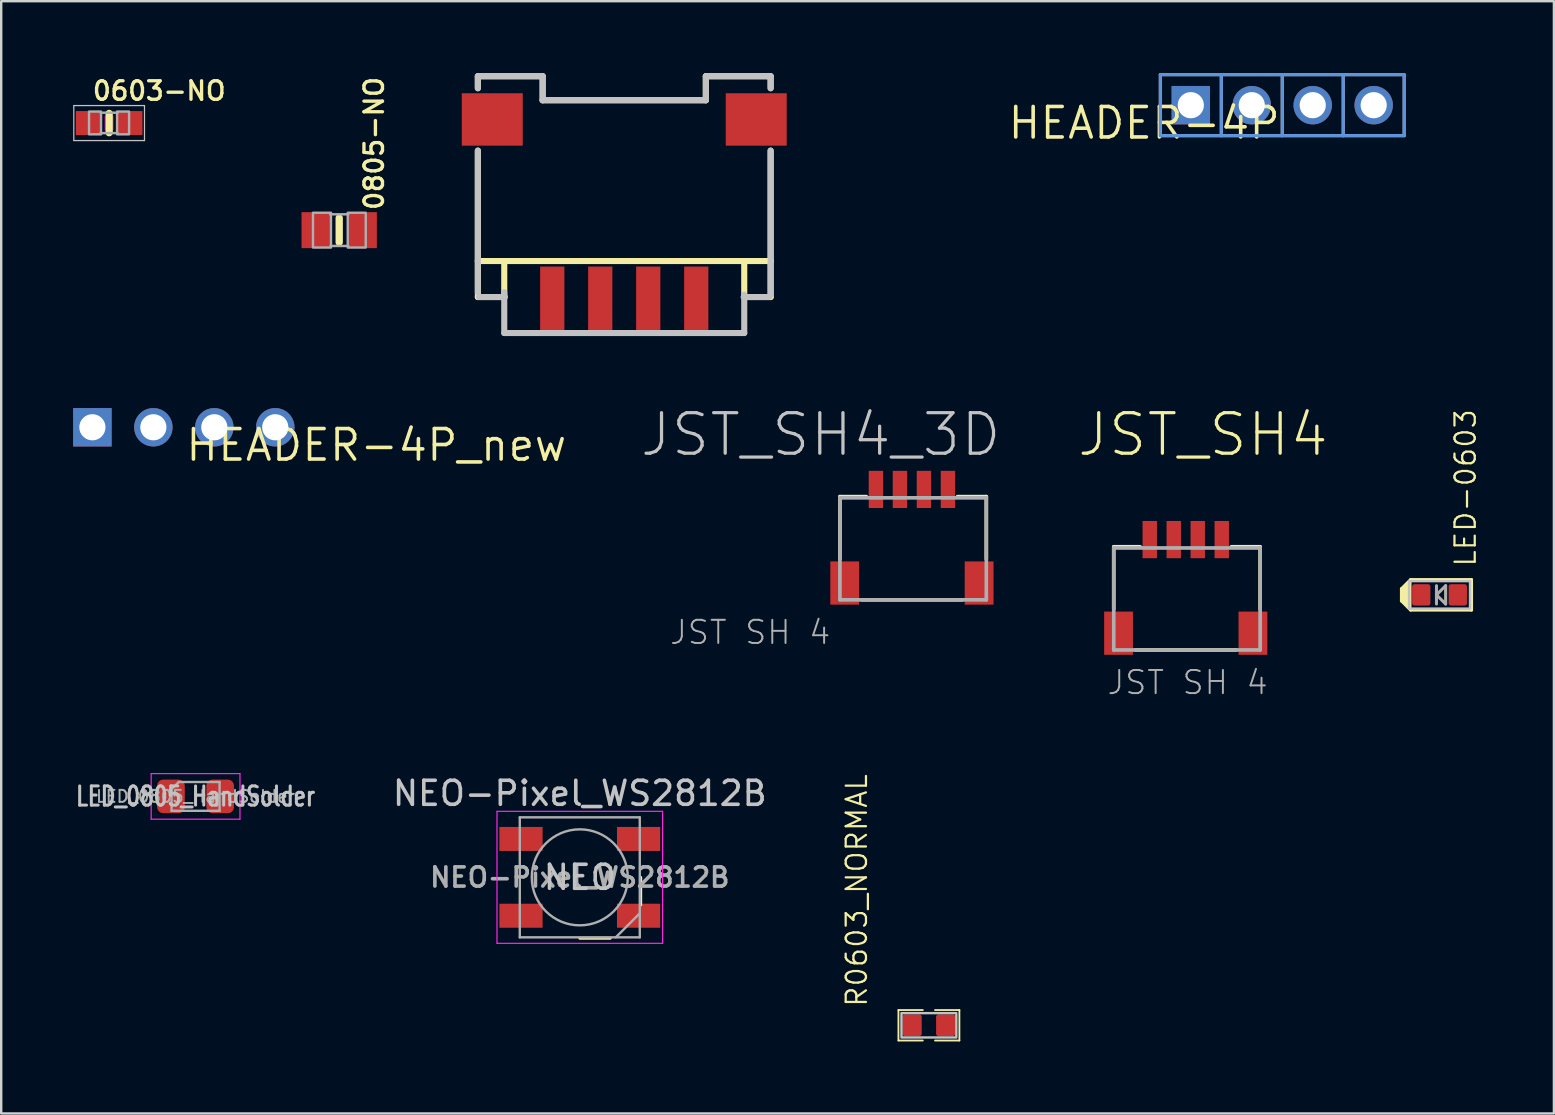
<source format=kicad_pcb>
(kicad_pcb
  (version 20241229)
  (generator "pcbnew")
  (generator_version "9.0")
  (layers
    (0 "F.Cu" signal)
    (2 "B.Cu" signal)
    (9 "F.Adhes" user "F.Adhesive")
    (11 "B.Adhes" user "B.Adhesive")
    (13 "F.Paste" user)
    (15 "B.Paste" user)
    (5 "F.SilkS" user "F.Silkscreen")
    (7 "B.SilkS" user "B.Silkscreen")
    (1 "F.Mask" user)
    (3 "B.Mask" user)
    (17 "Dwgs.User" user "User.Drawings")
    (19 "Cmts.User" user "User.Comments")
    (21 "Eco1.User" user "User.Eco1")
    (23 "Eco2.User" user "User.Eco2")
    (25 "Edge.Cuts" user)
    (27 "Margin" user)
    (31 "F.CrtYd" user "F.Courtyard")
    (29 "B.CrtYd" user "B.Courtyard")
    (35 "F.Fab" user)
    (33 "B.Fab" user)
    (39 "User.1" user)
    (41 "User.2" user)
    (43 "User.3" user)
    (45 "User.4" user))
  (footprint "0603-NO"
    (layer "F.Cu")
    (at 1.498 2.078)
    (property "Reference" "0603-NO" (at -0.762 -0.889 0) (layer "F.SilkS") (effects (font (size 0.772 0.772) (thickness 0.139)) (justify left bottom)))
    (attr through_hole)
    (fp_line (start 0 -0.4) (end 0 0.4) (stroke (width 0.305) (type solid)) (layer "F.SilkS"))
    (fp_poly (pts (xy -0.2 0.3) (xy 0.2 0.3) (xy 0.2 -0.3) (xy -0.2 -0.3)) (stroke (width 0) (type solid)) (fill yes) (layer "F.Adhes"))
    (fp_line (start -1.473 -0.729) (end 1.473 -0.729) (stroke (width 0.051) (type solid)) (layer "Dwgs.User"))
    (fp_line (start -1.473 0.729) (end -1.473 -0.729) (stroke (width 0.051) (type solid)) (layer "Dwgs.User"))
    (fp_line (start 1.473 -0.729) (end 1.473 0.729) (stroke (width 0.051) (type solid)) (layer "Dwgs.User"))
    (fp_line (start 1.473 0.729) (end -1.473 0.729) (stroke (width 0.051) (type solid)) (layer "Dwgs.User"))
    (fp_line (start -0.356 -0.432) (end 0.356 -0.432) (stroke (width 0.102) (type solid)) (layer "F.Fab"))
    (fp_line (start -0.356 0.419) (end 0.356 0.419) (stroke (width 0.102) (type solid)) (layer "F.Fab"))
    (fp_poly (pts (xy -0.838 0.47) (xy -0.338 0.47) (xy -0.338 -0.48) (xy -0.838 -0.48)) (stroke (width 0.1) (type solid)) (fill no) (layer "F.Fab"))
    (fp_poly (pts (xy 0.33 0.47) (xy 0.83 0.47) (xy 0.83 -0.48) (xy 0.33 -0.48)) (stroke (width 0.1) (type solid)) (fill no) (layer "F.Fab"))
    (pad "1" smd rect (at -0.85 0) (size 1.075 1) (layers "F.Cu" "F.Mask" "F.Paste"))
    (pad "2" smd rect (at 0.85 0) (size 1.075 1) (layers "F.Cu" "F.Mask" "F.Paste")))
  (footprint "LED_0805_HandSolder"
    (layer "F.Cu")
    (at 5.099 30.135)
    (property "Reference" "LED_0805_HandSolder" (at 0 0 0) (layer "Dwgs.User") (effects (font (size 0.8 0.6) (thickness 0.125))))
    (attr smd)
    (fp_line (start -1.85 -0.95) (end 1.85 -0.95) (stroke (width 0.05) (type solid)) (layer "F.CrtYd"))
    (fp_line (start -1.85 0.95) (end -1.85 -0.95) (stroke (width 0.05) (type solid)) (layer "F.CrtYd"))
    (fp_line (start 1.85 -0.95) (end 1.85 0.95) (stroke (width 0.05) (type solid)) (layer "F.CrtYd"))
    (fp_line (start 1.85 0.95) (end -1.85 0.95) (stroke (width 0.05) (type solid)) (layer "F.CrtYd"))
    (fp_line (start -1 -0.3) (end -1 0.6) (stroke (width 0.1) (type solid)) (layer "F.Fab"))
    (fp_line (start -1 0.6) (end 1 0.6) (stroke (width 0.1) (type solid)) (layer "F.Fab"))
    (fp_line (start -0.7 -0.6) (end -1 -0.3) (stroke (width 0.1) (type solid)) (layer "F.Fab"))
    (fp_line (start 1 -0.6) (end -0.7 -0.6) (stroke (width 0.1) (type solid)) (layer "F.Fab"))
    (fp_line (start 1 0.6) (end 1 -0.6) (stroke (width 0.1) (type solid)) (layer "F.Fab"))
    (fp_text user "${REFERENCE}" (at 0 0 0) (layer "F.Fab") (effects (font (size 0.5 0.5) (thickness 0.08))))
    (pad "1" smd roundrect (at -1.025 0) (size 1.15 1.4) (layers "F.Cu" "F.Mask" "F.Paste") (roundrect_rratio 0.217))
    (pad "2" smd roundrect (at 1.025 0) (size 1.15 1.4) (layers "F.Cu" "F.Mask" "F.Paste") (roundrect_rratio 0.217)))
  (footprint "HEADER-4P_new"
    (layer "F.Cu")
    (at 4.61 14.754)
    (property "Reference" "HEADER-4P_new" (at 0 0 180) (layer "F.SilkS") (effects (font (size 1.27 1.27) (thickness 0.15)) (justify left top)))
    (attr through_hole)
    (pad "1" thru_hole rect (at -3.81 0) (size 1.6 1.6) (drill 1.092) (layers "*.Cu" "*.Mask"))
    (pad "2" thru_hole circle (at -1.27 0) (size 1.6 1.6) (drill 1.092) (layers "*.Cu" "*.Mask"))
    (pad "3" thru_hole circle (at 1.27 0) (size 1.6 1.6) (drill 1.092) (layers "*.Cu" "*.Mask"))
    (pad "4" thru_hole circle (at 3.81 0) (size 1.6 1.6) (drill 1.092) (layers "*.Cu" "*.Mask")))
  (footprint "NEO-Pixel_WS2812B"
    (layer "F.Cu")
    (at 21.109 33.508)
    (property "Reference" "NEO-Pixel_WS2812B" (at 0 -3.5 180) (layer "Dwgs.User") (effects (font (size 1 1) (thickness 0.15))))
    (attr smd)
    (fp_line (start 0 2.54) (end 1.27 2.54) (stroke (width 0.12) (type solid)) (layer "F.SilkS"))
    (fp_line (start 2.54 1.15) (end 2.54 0) (stroke (width 0.12) (type solid)) (layer "F.SilkS"))
    (fp_line (start -3.45 -2.75) (end -3.45 2.75) (stroke (width 0.05) (type solid)) (layer "F.CrtYd"))
    (fp_line (start -3.45 2.75) (end 3.45 2.75) (stroke (width 0.05) (type solid)) (layer "F.CrtYd"))
    (fp_line (start 3.45 -2.75) (end -3.45 -2.75) (stroke (width 0.05) (type solid)) (layer "F.CrtYd"))
    (fp_line (start 3.45 2.75) (end 3.45 -2.75) (stroke (width 0.05) (type solid)) (layer "F.CrtYd"))
    (fp_line (start -2.5 -2.5) (end -2.5 2.5) (stroke (width 0.1) (type solid)) (layer "F.Fab"))
    (fp_line (start -2.5 2.5) (end 2.5 2.5) (stroke (width 0.1) (type solid)) (layer "F.Fab"))
    (fp_line (start 2.5 -2.5) (end -2.5 -2.5) (stroke (width 0.1) (type solid)) (layer "F.Fab"))
    (fp_line (start 2.5 1.5) (end 1.5 2.5) (stroke (width 0.1) (type solid)) (layer "F.Fab"))
    (fp_line (start 2.5 2.5) (end 2.5 -2.5) (stroke (width 0.1) (type solid)) (layer "F.Fab"))
    (fp_circle (center 0 0) (end 0 -2) (stroke (width 0.1) (type solid)) (fill no) (layer "F.Fab"))
    (fp_text user "NEO" (at 0 0 180) (layer "Dwgs.User") (effects (font (size 1 1) (thickness 0.15))))
    (fp_text user "${REFERENCE}" (at 0 0 180) (layer "F.Fab") (effects (font (size 0.8 0.8) (thickness 0.15))))
    (pad "1" smd rect (at -2.45 -1.6) (size 1.8 1) (layers "F.Cu" "F.Mask" "F.Paste"))
    (pad "2" smd rect (at -2.45 1.6) (size 1.8 1) (layers "F.Cu" "F.Mask" "F.Paste"))
    (pad "3" smd rect (at 2.45 1.6) (size 1.8 1) (layers "F.Cu" "F.Mask" "F.Paste"))
    (pad "4" smd rect (at 2.45 -1.6) (size 1.8 1) (layers "F.Cu" "F.Mask" "F.Paste")))
  (footprint "JST_SH4_3D"
    (layer "F.Cu")
    (at 34.949 19.858)
    (property "Reference" "JST_SH4_3D" (at 3.81 -3.81 180) (layer "Dwgs.User") (effects (font (size 1.689 1.689) (thickness 0.135)) (justify right bottom)))
    (attr through_hole)
    (fp_line (start -3 -2.214) (end -1.9 -2.214) (stroke (width 0.152) (type solid)) (layer "F.SilkS"))
    (fp_line (start -3 0.386) (end -3 -2.214) (stroke (width 0.152) (type solid)) (layer "F.SilkS"))
    (fp_line (start -2.1 2.086) (end 2.1 2.086) (stroke (width 0.152) (type solid)) (layer "F.SilkS"))
    (fp_line (start 1.9 -2.214) (end 3.1 -2.214) (stroke (width 0.152) (type solid)) (layer "F.SilkS"))
    (fp_line (start 3.1 -2.214) (end 3.1 0.386) (stroke (width 0.152) (type solid)) (layer "F.SilkS"))
    (fp_line (start -3 -2.164) (end 3.1 -2.164) (stroke (width 0.152) (type solid)) (layer "F.Fab"))
    (fp_line (start -3 2.086) (end -3 -2.164) (stroke (width 0.152) (type solid)) (layer "F.Fab"))
    (fp_line (start 3.1 -2.164) (end 3.1 2.086) (stroke (width 0.152) (type solid)) (layer "F.Fab"))
    (fp_line (start 3.1 2.086) (end -3 2.086) (stroke (width 0.152) (type solid)) (layer "F.Fab"))
    (fp_text user "JST SH 4" (at -3.33 4.006 180) (layer "F.Fab") (effects (font (size 0.965 0.965) (thickness 0.081)) (justify right bottom)))
    (pad "1" smd rect (at -1.5 -2.514 90) (size 1.55 0.6) (layers "F.Cu" "F.Mask" "F.Paste"))
    (pad "2" smd rect (at -0.5 -2.514 90) (size 1.55 0.6) (layers "F.Cu" "F.Mask" "F.Paste"))
    (pad "3" smd rect (at 0.5 -2.514 90) (size 1.55 0.6) (layers "F.Cu" "F.Mask" "F.Paste"))
    (pad "4" smd rect (at 1.5 -2.514 90) (size 1.55 0.6) (layers "F.Cu" "F.Mask" "F.Paste"))
    (pad "MT1" smd rect (at -2.8 1.386 90) (size 1.8 1.2) (layers "F.Cu" "F.Mask" "F.Paste"))
    (pad "MT2" smd rect (at 2.8 1.386 90) (size 1.8 1.2) (layers "F.Cu" "F.Mask" "F.Paste")))
  (footprint "HEADER-4P"
    (layer "F.Cu")
    (at 50.38 1.333)
    (property "Reference" "HEADER-4P" (at 0 0 0) (layer "F.SilkS") (effects (font (size 1.27 1.27) (thickness 0.15)) (justify right top)))
    (attr through_hole)
    (fp_line (start -5.08 -1.27) (end -5.08 1.27) (stroke (width 0.127) (type solid)) (layer "B.SilkS"))
    (fp_line (start -5.08 1.27) (end -2.54 1.27) (stroke (width 0.127) (type solid)) (layer "B.SilkS"))
    (fp_line (start -2.54 -1.27) (end -5.08 -1.27) (stroke (width 0.127) (type solid)) (layer "B.SilkS"))
    (fp_line (start -2.54 -1.27) (end -2.54 1.27) (stroke (width 0.127) (type solid)) (layer "B.SilkS"))
    (fp_line (start -2.54 1.27) (end 0 1.27) (stroke (width 0.127) (type solid)) (layer "B.SilkS"))
    (fp_line (start 0 -1.27) (end -2.54 -1.27) (stroke (width 0.127) (type solid)) (layer "B.SilkS"))
    (fp_line (start 0 -1.27) (end 0 1.27) (stroke (width 0.127) (type solid)) (layer "B.SilkS"))
    (fp_line (start 0 1.27) (end 2.54 1.27) (stroke (width 0.127) (type solid)) (layer "B.SilkS"))
    (fp_line (start 2.54 -1.27) (end 0 -1.27) (stroke (width 0.127) (type solid)) (layer "B.SilkS"))
    (fp_line (start 2.54 -1.27) (end 2.54 1.27) (stroke (width 0.127) (type solid)) (layer "B.SilkS"))
    (fp_line (start 2.54 1.27) (end 5.08 1.27) (stroke (width 0.127) (type solid)) (layer "B.SilkS"))
    (fp_line (start 5.08 -1.27) (end 2.54 -1.27) (stroke (width 0.127) (type solid)) (layer "B.SilkS"))
    (fp_line (start 5.08 1.27) (end 5.08 -1.27) (stroke (width 0.127) (type solid)) (layer "B.SilkS"))
    (fp_line (start -5.08 -1.27) (end -5.08 1.27) (stroke (width 0.127) (type solid)) (layer "Cmts.User"))
    (fp_line (start -5.08 1.27) (end -2.54 1.27) (stroke (width 0.127) (type solid)) (layer "Cmts.User"))
    (fp_line (start -2.54 -1.27) (end -5.08 -1.27) (stroke (width 0.127) (type solid)) (layer "Cmts.User"))
    (fp_line (start -2.54 -1.27) (end -2.54 1.27) (stroke (width 0.127) (type solid)) (layer "Cmts.User"))
    (fp_line (start -2.54 1.27) (end 0 1.27) (stroke (width 0.127) (type solid)) (layer "Cmts.User"))
    (fp_line (start 0 -1.27) (end -2.54 -1.27) (stroke (width 0.127) (type solid)) (layer "Cmts.User"))
    (fp_line (start 0 -1.27) (end 0 1.27) (stroke (width 0.127) (type solid)) (layer "Cmts.User"))
    (fp_line (start 0 1.27) (end 2.54 1.27) (stroke (width 0.127) (type solid)) (layer "Cmts.User"))
    (fp_line (start 2.54 -1.27) (end 0 -1.27) (stroke (width 0.127) (type solid)) (layer "Cmts.User"))
    (fp_line (start 2.54 -1.27) (end 2.54 1.27) (stroke (width 0.127) (type solid)) (layer "Cmts.User"))
    (fp_line (start 2.54 1.27) (end 5.08 1.27) (stroke (width 0.127) (type solid)) (layer "Cmts.User"))
    (fp_line (start 5.08 -1.27) (end 2.54 -1.27) (stroke (width 0.127) (type solid)) (layer "Cmts.User"))
    (fp_line (start 5.08 1.27) (end 5.08 -1.27) (stroke (width 0.127) (type solid)) (layer "Cmts.User"))
    (pad "P$1" thru_hole rect (at -3.81 0) (size 1.6 1.6) (drill 1.092) (layers "*.Cu" "*.Mask"))
    (pad "P$2" thru_hole circle (at -1.27 0) (size 1.6 1.6) (drill 1.092) (layers "*.Cu" "*.Mask"))
    (pad "P$3" thru_hole circle (at 1.27 0) (size 1.6 1.6) (drill 1.092) (layers "*.Cu" "*.Mask"))
    (pad "P$4" thru_hole circle (at 3.81 0) (size 1.6 1.6) (drill 1.092) (layers "*.Cu" "*.Mask")))
  (footprint "0805-NO"
    (layer "F.Cu")
    (at 11.084 6.54)
    (property "Reference" "0805-NO" (at 1.905 -0.762 270) (layer "F.SilkS") (effects (font (size 0.772 0.772) (thickness 0.139)) (justify left bottom)))
    (attr through_hole)
    (fp_line (start 0 -0.508) (end 0 0.508) (stroke (width 0.305) (type solid)) (layer "F.SilkS"))
    (fp_line (start -0.381 -0.66) (end 0.381 -0.66) (stroke (width 0.102) (type solid)) (layer "F.Fab"))
    (fp_line (start -0.356 0.66) (end 0.381 0.66) (stroke (width 0.102) (type solid)) (layer "F.Fab"))
    (fp_poly (pts (xy -1.092 0.724) (xy -0.342 0.724) (xy -0.342 -0.726) (xy -1.092 -0.726)) (stroke (width 0.1) (type solid)) (fill no) (layer "F.Fab"))
    (fp_poly (pts (xy 0.356 0.724) (xy 1.106 0.724) (xy 1.106 -0.726) (xy 0.356 -0.726)) (stroke (width 0.1) (type solid)) (fill no) (layer "F.Fab"))
    (pad "1" smd rect (at -0.95 0) (size 1.24 1.5) (layers "F.Cu" "F.Mask" "F.Paste"))
    (pad "2" smd rect (at 0.95 0) (size 1.24 1.5) (layers "F.Cu" "F.Mask" "F.Paste")))
  (footprint "R0603_NORMAL"
    (layer "F.Cu")
    (at 35.657 39.673)
    (property "Reference" "R0603_NORMAL" (at -2.515 -0.711 270) (layer "F.SilkS") (effects (font (size 0.845 0.845) (thickness 0.093)) (justify left bottom)))
    (attr through_hole)
    (fp_line (start -1.27 -0.635) (end -1.27 0.635) (stroke (width 0.076) (type solid)) (layer "F.SilkS"))
    (fp_line (start -1.27 0.635) (end -0.254 0.635) (stroke (width 0.076) (type solid)) (layer "F.SilkS"))
    (fp_line (start -0.254 -0.635) (end -1.27 -0.635) (stroke (width 0.076) (type solid)) (layer "F.SilkS"))
    (fp_line (start 0.254 0.635) (end 1.27 0.635) (stroke (width 0.076) (type solid)) (layer "F.SilkS"))
    (fp_line (start 1.27 -0.635) (end 0.254 -0.635) (stroke (width 0.076) (type solid)) (layer "F.SilkS"))
    (fp_line (start 1.27 0.635) (end 1.27 -0.635) (stroke (width 0.076) (type solid)) (layer "F.SilkS"))
    (fp_poly (pts (xy -1.143 0.508) (xy 1.143 0.508) (xy 1.143 -0.508) (xy -1.143 -0.508)) (stroke (width 0.1) (type solid)) (fill no) (layer "Dwgs.User"))
    (pad "1" smd roundrect (at 0.699 0 180) (size 0.8 0.902) (layers "F.Cu" "F.Mask" "F.Paste") (roundrect_rratio 0.125))
    (pad "2" smd roundrect (at -0.699 0 180) (size 0.8 0.902) (layers "F.Cu" "F.Mask" "F.Paste") (roundrect_rratio 0.125)))
  (footprint "LED-0603"
    (layer "F.Cu")
    (at 56.934 21.737)
    (property "Reference" "LED-0603" (at 1.575 -1.118 270) (layer "F.SilkS") (effects (font (size 0.845 0.845) (thickness 0.093)) (justify left bottom)))
    (attr through_hole)
    (fp_line (start -1.587 -0.254) (end -1.206 -0.635) (stroke (width 0.127) (type solid)) (layer "F.SilkS"))
    (fp_line (start -1.587 0.254) (end -1.587 -0.254) (stroke (width 0.127) (type solid)) (layer "F.SilkS"))
    (fp_line (start -1.206 -0.635) (end 1.333 -0.635) (stroke (width 0.127) (type solid)) (layer "F.SilkS"))
    (fp_line (start -1.206 0.635) (end -1.587 0.254) (stroke (width 0.127) (type solid)) (layer "F.SilkS"))
    (fp_line (start 1.333 -0.635) (end 1.333 0.635) (stroke (width 0.127) (type solid)) (layer "F.SilkS"))
    (fp_line (start 1.333 0.635) (end -1.206 0.635) (stroke (width 0.127) (type solid)) (layer "F.SilkS"))
    (fp_poly (pts (xy -1.168 -0.635) (xy -1.168 0.66) (xy -1.575 0.254) (xy -1.575 -0.254) (xy -1.168 -0.66)) (stroke (width 0) (type solid)) (fill yes) (layer "F.SilkS"))
    (fp_poly (pts (xy 1.27 -0.572) (xy -1.27 -0.572) (xy -1.27 0.572) (xy 1.27 0.572)) (stroke (width 0.1) (type solid)) (fill no) (layer "Dwgs.User"))
    (fp_line (start -0.127 0) (end -0.127 -0.381) (stroke (width 0.127) (type solid)) (layer "F.Fab"))
    (fp_line (start -0.127 0) (end -0.127 0.381) (stroke (width 0.127) (type solid)) (layer "F.Fab"))
    (fp_line (start -0.127 0) (end 0.254 -0.381) (stroke (width 0.127) (type solid)) (layer "F.Fab"))
    (fp_line (start 0.254 -0.381) (end 0.254 0.381) (stroke (width 0.127) (type solid)) (layer "F.Fab"))
    (fp_line (start 0.254 0.381) (end -0.127 0) (stroke (width 0.127) (type solid)) (layer "F.Fab"))
    (pad "+" smd roundrect (at 0.762 0 180) (size 0.762 0.889) (layers "F.Cu" "F.Mask" "F.Paste") (roundrect_rratio 0.125))
    (pad "-" smd roundrect (at -0.762 0 180) (size 0.762 0.889) (layers "F.Cu" "F.Mask" "F.Paste") (roundrect_rratio 0.125)))
  (footprint "GROVE_4P-2.0_SMD_HOR"
    (layer "F.Cu")
    (at 22.962 9.327)
    (property "Reference" "GROVE_4P-2.0_SMD_HOR" (at -1.725 -5.37 180) (layer "F.Mask") (effects (font (size 0.772 0.772) (thickness 0.077)) (justify left bottom)))
    (attr through_hole)
    (fp_line (start -6.1 -9.2) (end -6.1 -8.7) (stroke (width 0.254) (type solid)) (layer "F.SilkS"))
    (fp_line (start -6.1 -9.2) (end -3.4 -9.2) (stroke (width 0.254) (type solid)) (layer "F.SilkS"))
    (fp_line (start -6.1 -1.5) (end -6.1 -6.1) (stroke (width 0.254) (type solid)) (layer "F.SilkS"))
    (fp_line (start -6.1 -1.5) (end -6.1 0) (stroke (width 0.254) (type solid)) (layer "F.SilkS"))
    (fp_line (start -6.1 -1.5) (end -5 -1.5) (stroke (width 0.254) (type solid)) (layer "F.SilkS"))
    (fp_line (start -6.1 0) (end -5 0) (stroke (width 0.254) (type solid)) (layer "F.SilkS"))
    (fp_line (start -5 -1.5) (end 5 -1.5) (stroke (width 0.254) (type solid)) (layer "F.SilkS"))
    (fp_line (start -5 0) (end -5 -1.5) (stroke (width 0.254) (type solid)) (layer "F.SilkS"))
    (fp_line (start -3.4 -9.2) (end -3.4 -8.2) (stroke (width 0.254) (type solid)) (layer "F.SilkS"))
    (fp_line (start -3.4 -8.2) (end 3.4 -8.2) (stroke (width 0.254) (type solid)) (layer "F.SilkS"))
    (fp_line (start 3.4 -9.2) (end 6.1 -9.2) (stroke (width 0.254) (type solid)) (layer "F.SilkS"))
    (fp_line (start 3.4 -8.2) (end 3.4 -9.2) (stroke (width 0.254) (type solid)) (layer "F.SilkS"))
    (fp_line (start 5 -1.5) (end 5 0) (stroke (width 0.254) (type solid)) (layer "F.SilkS"))
    (fp_line (start 5 -1.5) (end 6.1 -1.5) (stroke (width 0.254) (type solid)) (layer "F.SilkS"))
    (fp_line (start 5 0) (end 6.1 0) (stroke (width 0.254) (type solid)) (layer "F.SilkS"))
    (fp_line (start 6.1 -9.2) (end 6.1 -8.7) (stroke (width 0.254) (type solid)) (layer "F.SilkS"))
    (fp_line (start 6.1 -1.5) (end 6.1 -6.1) (stroke (width 0.254) (type solid)) (layer "F.SilkS"))
    (fp_line (start 6.1 0) (end 6.1 -1.5) (stroke (width 0.254) (type solid)) (layer "F.SilkS"))
    (fp_line (start -6.1 -9.2) (end -6.1 -8.7) (stroke (width 0.254) (type solid)) (layer "Dwgs.User"))
    (fp_line (start -6.1 -6.1) (end -6.1 -0.2) (stroke (width 0.254) (type solid)) (layer "Dwgs.User"))
    (fp_line (start -6.053 0) (end -4.975 0) (stroke (width 0.254) (type solid)) (layer "Dwgs.User"))
    (fp_line (start -6 -9.2) (end -3.4 -9.2) (stroke (width 0.254) (type solid)) (layer "Dwgs.User"))
    (fp_line (start -5 1.5) (end -5 -0.2) (stroke (width 0.254) (type solid)) (layer "Dwgs.User"))
    (fp_line (start -3.4 -9.2) (end -3.4 -8.2) (stroke (width 0.254) (type solid)) (layer "Dwgs.User"))
    (fp_line (start -3.4 -8.2) (end 3.4 -8.2) (stroke (width 0.254) (type solid)) (layer "Dwgs.User"))
    (fp_line (start 3.4 -9.2) (end 6 -9.2) (stroke (width 0.254) (type solid)) (layer "Dwgs.User"))
    (fp_line (start 3.4 -8.2) (end 3.4 -9.2) (stroke (width 0.254) (type solid)) (layer "Dwgs.User"))
    (fp_line (start 4.975 0) (end 6.053 0) (stroke (width 0.254) (type solid)) (layer "Dwgs.User"))
    (fp_line (start 5 -0.1) (end 5 1.5) (stroke (width 0.254) (type solid)) (layer "Dwgs.User"))
    (fp_line (start 5 1.5) (end -5 1.5) (stroke (width 0.254) (type solid)) (layer "Dwgs.User"))
    (fp_line (start 6.1 -9.2) (end 6.1 -8.7) (stroke (width 0.254) (type solid)) (layer "Dwgs.User"))
    (fp_line (start 6.1 -6.1) (end 6.1 -0.1) (stroke (width 0.254) (type solid)) (layer "Dwgs.User"))
    (pad "1" smd rect (at -3 0.1 90) (size 2.74 1.01) (layers "F.Cu" "F.Mask" "F.Paste"))
    (pad "2" smd rect (at -1 0.1 90) (size 2.74 1.01) (layers "F.Cu" "F.Mask" "F.Paste"))
    (pad "3" smd rect (at 1 0.1 90) (size 2.74 1.01) (layers "F.Cu" "F.Mask" "F.Paste"))
    (pad "4" smd rect (at 3 0.1 90) (size 2.74 1.01) (layers "F.Cu" "F.Mask" "F.Paste"))
    (pad "SS1" smd rect (at -5.5 -7.4 90) (size 2.184 2.54) (layers "F.Cu" "F.Mask" "F.Paste"))
    (pad "SS2" smd rect (at 5.5 -7.4 90) (size 2.184 2.54) (layers "F.Cu" "F.Mask" "F.Paste")))
  (footprint "JST_SH4"
    (layer "F.Cu")
    (at 46.359 21.948)
    (property "Reference" "JST_SH4" (at -4.6 -5.9 0) (layer "F.SilkS") (effects (font (size 1.689 1.689) (thickness 0.135)) (justify left bottom)))
    (attr through_hole)
    (fp_line (start -3 -2.214) (end -1.9 -2.214) (stroke (width 0.152) (type solid)) (layer "F.SilkS"))
    (fp_line (start -3 0.386) (end -3 -2.214) (stroke (width 0.152) (type solid)) (layer "F.SilkS"))
    (fp_line (start -2.1 2.086) (end 2.1 2.086) (stroke (width 0.152) (type solid)) (layer "F.SilkS"))
    (fp_line (start 1.9 -2.214) (end 3.1 -2.214) (stroke (width 0.152) (type solid)) (layer "F.SilkS"))
    (fp_line (start 3.1 -2.214) (end 3.1 0.386) (stroke (width 0.152) (type solid)) (layer "F.SilkS"))
    (fp_line (start -3 -2.164) (end 3.1 -2.164) (stroke (width 0.152) (type solid)) (layer "F.Fab"))
    (fp_line (start -3 2.086) (end -3 -2.164) (stroke (width 0.152) (type solid)) (layer "F.Fab"))
    (fp_line (start 3.1 -2.164) (end 3.1 2.086) (stroke (width 0.152) (type solid)) (layer "F.Fab"))
    (fp_line (start 3.1 2.086) (end -3 2.086) (stroke (width 0.152) (type solid)) (layer "F.Fab"))
    (fp_text user "JST SH 4" (at -3.33 4.006 0) (layer "F.Fab") (effects (font (size 0.965 0.965) (thickness 0.081)) (justify left bottom)))
    (pad "1" smd rect (at -1.5 -2.514 90) (size 1.55 0.6) (layers "F.Cu" "F.Mask" "F.Paste"))
    (pad "2" smd rect (at -0.5 -2.514 90) (size 1.55 0.6) (layers "F.Cu" "F.Mask" "F.Paste"))
    (pad "3" smd rect (at 0.5 -2.514 90) (size 1.55 0.6) (layers "F.Cu" "F.Mask" "F.Paste"))
    (pad "4" smd rect (at 1.5 -2.514 90) (size 1.55 0.6) (layers "F.Cu" "F.Mask" "F.Paste"))
    (pad "MT1" smd rect (at -2.8 1.386 90) (size 1.8 1.2) (layers "F.Cu" "F.Mask" "F.Paste"))
    (pad "MT2" smd rect (at 2.8 1.386 90) (size 1.8 1.2) (layers "F.Cu" "F.Mask" "F.Paste")))
  (gr_rect
    (start -3 -3)
    (end 61.7 43.346)
    (stroke (width 0.1) (type default))
    (fill no)
    (layer "Edge.Cuts")))
</source>
